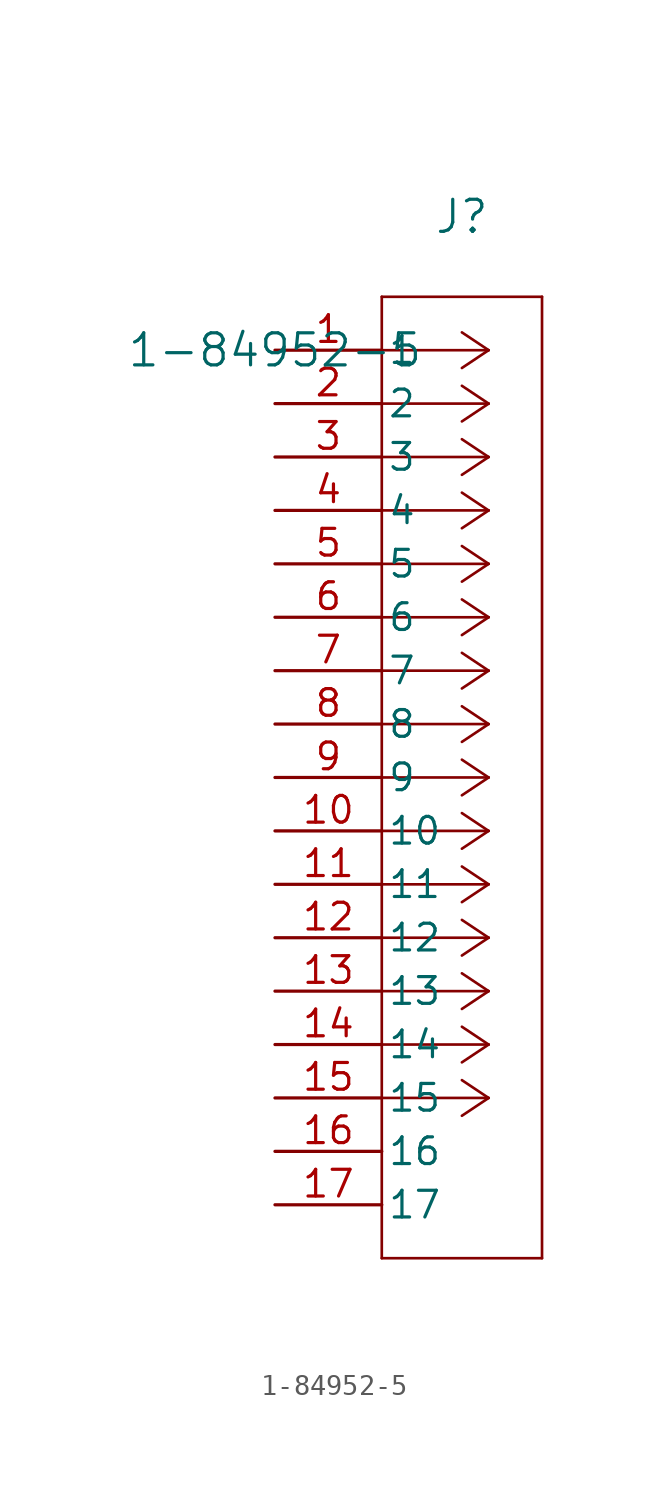
<source format=kicad_sym>
(kicad_symbol_lib
  (version 20211014)
  (generator kicad_symbol_editor)
  (symbol "1-84952-5"
    (pin_names
      (offset 0.254))
    (property "Reference" "J"
      (at 8.89 6.35 0)
      (effects (font (size 1.524 1.524))))
    (property "Value" "1-84952-5"
      (at 0 0 0)
      (effects (font (size 1.524 1.524))))
    (symbol "1-84952-5_0_1"
      (polyline (pts (xy 10.16 0) (xy 5.08 0)) (stroke (width 0.127) (type default) (color 0 0 0 0)) (fill (type none)))
      (polyline (pts (xy 10.16 -2.54) (xy 5.08 -2.54)) (stroke (width 0.127) (type default) (color 0 0 0 0)) (fill (type none)))
      (polyline (pts (xy 10.16 -5.08) (xy 5.08 -5.08)) (stroke (width 0.127) (type default) (color 0 0 0 0)) (fill (type none)))
      (polyline (pts (xy 10.16 -7.62) (xy 5.08 -7.62)) (stroke (width 0.127) (type default) (color 0 0 0 0)) (fill (type none)))
      (polyline (pts (xy 10.16 -10.16) (xy 5.08 -10.16)) (stroke (width 0.127) (type default) (color 0 0 0 0)) (fill (type none)))
      (polyline (pts (xy 10.16 -12.7) (xy 5.08 -12.7)) (stroke (width 0.127) (type default) (color 0 0 0 0)) (fill (type none)))
      (polyline (pts (xy 10.16 -15.24) (xy 5.08 -15.24)) (stroke (width 0.127) (type default) (color 0 0 0 0)) (fill (type none)))
      (polyline (pts (xy 10.16 -17.78) (xy 5.08 -17.78)) (stroke (width 0.127) (type default) (color 0 0 0 0)) (fill (type none)))
      (polyline (pts (xy 10.16 -20.32) (xy 5.08 -20.32)) (stroke (width 0.127) (type default) (color 0 0 0 0)) (fill (type none)))
      (polyline (pts (xy 10.16 -22.86) (xy 5.08 -22.86)) (stroke (width 0.127) (type default) (color 0 0 0 0)) (fill (type none)))
      (polyline (pts (xy 10.16 -25.4) (xy 5.08 -25.4)) (stroke (width 0.127) (type default) (color 0 0 0 0)) (fill (type none)))
      (polyline (pts (xy 10.16 -27.94) (xy 5.08 -27.94)) (stroke (width 0.127) (type default) (color 0 0 0 0)) (fill (type none)))
      (polyline (pts (xy 10.16 -30.48) (xy 5.08 -30.48)) (stroke (width 0.127) (type default) (color 0 0 0 0)) (fill (type none)))
      (polyline (pts (xy 10.16 -33.02) (xy 5.08 -33.02)) (stroke (width 0.127) (type default) (color 0 0 0 0)) (fill (type none)))
      (polyline (pts (xy 10.16 -35.56) (xy 5.08 -35.56)) (stroke (width 0.127) (type default) (color 0 0 0 0)) (fill (type none)))
      (polyline (pts (xy 10.16 0) (xy 8.89 0.847)) (stroke (width 0.127) (type default) (color 0 0 0 0)) (fill (type none)))
      (polyline (pts (xy 10.16 -2.54) (xy 8.89 -1.693)) (stroke (width 0.127) (type default) (color 0 0 0 0)) (fill (type none)))
      (polyline (pts (xy 10.16 -5.08) (xy 8.89 -4.233)) (stroke (width 0.127) (type default) (color 0 0 0 0)) (fill (type none)))
      (polyline (pts (xy 10.16 -7.62) (xy 8.89 -6.773)) (stroke (width 0.127) (type default) (color 0 0 0 0)) (fill (type none)))
      (polyline (pts (xy 10.16 -10.16) (xy 8.89 -9.313)) (stroke (width 0.127) (type default) (color 0 0 0 0)) (fill (type none)))
      (polyline (pts (xy 10.16 -12.7) (xy 8.89 -11.853)) (stroke (width 0.127) (type default) (color 0 0 0 0)) (fill (type none)))
      (polyline (pts (xy 10.16 -15.24) (xy 8.89 -14.393)) (stroke (width 0.127) (type default) (color 0 0 0 0)) (fill (type none)))
      (polyline (pts (xy 10.16 -17.78) (xy 8.89 -16.933)) (stroke (width 0.127) (type default) (color 0 0 0 0)) (fill (type none)))
      (polyline (pts (xy 10.16 -20.32) (xy 8.89 -19.473)) (stroke (width 0.127) (type default) (color 0 0 0 0)) (fill (type none)))
      (polyline (pts (xy 10.16 -22.86) (xy 8.89 -22.013)) (stroke (width 0.127) (type default) (color 0 0 0 0)) (fill (type none)))
      (polyline (pts (xy 10.16 -25.4) (xy 8.89 -24.553)) (stroke (width 0.127) (type default) (color 0 0 0 0)) (fill (type none)))
      (polyline (pts (xy 10.16 -27.94) (xy 8.89 -27.093)) (stroke (width 0.127) (type default) (color 0 0 0 0)) (fill (type none)))
      (polyline (pts (xy 10.16 -30.48) (xy 8.89 -29.633)) (stroke (width 0.127) (type default) (color 0 0 0 0)) (fill (type none)))
      (polyline (pts (xy 10.16 -33.02) (xy 8.89 -32.173)) (stroke (width 0.127) (type default) (color 0 0 0 0)) (fill (type none)))
      (polyline (pts (xy 10.16 -35.56) (xy 8.89 -34.713)) (stroke (width 0.127) (type default) (color 0 0 0 0)) (fill (type none)))
      (polyline (pts (xy 10.16 0) (xy 8.89 -0.847)) (stroke (width 0.127) (type default) (color 0 0 0 0)) (fill (type none)))
      (polyline (pts (xy 10.16 -2.54) (xy 8.89 -3.387)) (stroke (width 0.127) (type default) (color 0 0 0 0)) (fill (type none)))
      (polyline (pts (xy 10.16 -5.08) (xy 8.89 -5.927)) (stroke (width 0.127) (type default) (color 0 0 0 0)) (fill (type none)))
      (polyline (pts (xy 10.16 -7.62) (xy 8.89 -8.467)) (stroke (width 0.127) (type default) (color 0 0 0 0)) (fill (type none)))
      (polyline (pts (xy 10.16 -10.16) (xy 8.89 -11.007)) (stroke (width 0.127) (type default) (color 0 0 0 0)) (fill (type none)))
      (polyline (pts (xy 10.16 -12.7) (xy 8.89 -13.547)) (stroke (width 0.127) (type default) (color 0 0 0 0)) (fill (type none)))
      (polyline (pts (xy 10.16 -15.24) (xy 8.89 -16.087)) (stroke (width 0.127) (type default) (color 0 0 0 0)) (fill (type none)))
      (polyline (pts (xy 10.16 -17.78) (xy 8.89 -18.627)) (stroke (width 0.127) (type default) (color 0 0 0 0)) (fill (type none)))
      (polyline (pts (xy 10.16 -20.32) (xy 8.89 -21.167)) (stroke (width 0.127) (type default) (color 0 0 0 0)) (fill (type none)))
      (polyline (pts (xy 10.16 -22.86) (xy 8.89 -23.707)) (stroke (width 0.127) (type default) (color 0 0 0 0)) (fill (type none)))
      (polyline (pts (xy 10.16 -25.4) (xy 8.89 -26.247)) (stroke (width 0.127) (type default) (color 0 0 0 0)) (fill (type none)))
      (polyline (pts (xy 10.16 -27.94) (xy 8.89 -28.787)) (stroke (width 0.127) (type default) (color 0 0 0 0)) (fill (type none)))
      (polyline (pts (xy 10.16 -30.48) (xy 8.89 -31.327)) (stroke (width 0.127) (type default) (color 0 0 0 0)) (fill (type none)))
      (polyline (pts (xy 10.16 -33.02) (xy 8.89 -33.867)) (stroke (width 0.127) (type default) (color 0 0 0 0)) (fill (type none)))
      (polyline (pts (xy 10.16 -35.56) (xy 8.89 -36.407)) (stroke (width 0.127) (type default) (color 0 0 0 0)) (fill (type none)))
      (polyline (pts (xy 5.08 2.54) (xy 5.08 -43.18)) (stroke (width 0.127) (type default) (color 0 0 0 0)) (fill (type none)))
      (polyline (pts (xy 5.08 -43.18) (xy 12.7 -43.18)) (stroke (width 0.127) (type default) (color 0 0 0 0)) (fill (type none)))
      (polyline (pts (xy 12.7 -43.18) (xy 12.7 2.54)) (stroke (width 0.127) (type default) (color 0 0 0 0)) (fill (type none)))
      (polyline (pts (xy 12.7 2.54) (xy 5.08 2.54)) (stroke (width 0.127) (type default) (color 0 0 0 0)) (fill (type none)))
      (pin unspecified line (at 0 0 0) (length 5.08) (name "1" (effects (font (size 1.27 1.27)))) (number "1" (effects (font (size 1.27 1.27)))))
      (pin unspecified line (at 0 -2.54 0) (length 5.08) (name "2" (effects (font (size 1.27 1.27)))) (number "2" (effects (font (size 1.27 1.27)))))
      (pin unspecified line (at 0 -5.08 0) (length 5.08) (name "3" (effects (font (size 1.27 1.27)))) (number "3" (effects (font (size 1.27 1.27)))))
      (pin unspecified line (at 0 -7.62 0) (length 5.08) (name "4" (effects (font (size 1.27 1.27)))) (number "4" (effects (font (size 1.27 1.27)))))
      (pin unspecified line (at 0 -10.16 0) (length 5.08) (name "5" (effects (font (size 1.27 1.27)))) (number "5" (effects (font (size 1.27 1.27)))))
      (pin unspecified line (at 0 -12.7 0) (length 5.08) (name "6" (effects (font (size 1.27 1.27)))) (number "6" (effects (font (size 1.27 1.27)))))
      (pin unspecified line (at 0 -15.24 0) (length 5.08) (name "7" (effects (font (size 1.27 1.27)))) (number "7" (effects (font (size 1.27 1.27)))))
      (pin unspecified line (at 0 -17.78 0) (length 5.08) (name "8" (effects (font (size 1.27 1.27)))) (number "8" (effects (font (size 1.27 1.27)))))
      (pin unspecified line (at 0 -20.32 0) (length 5.08) (name "9" (effects (font (size 1.27 1.27)))) (number "9" (effects (font (size 1.27 1.27)))))
      (pin unspecified line (at 0 -22.86 0) (length 5.08) (name "10" (effects (font (size 1.27 1.27)))) (number "10" (effects (font (size 1.27 1.27)))))
      (pin unspecified line (at 0 -25.4 0) (length 5.08) (name "11" (effects (font (size 1.27 1.27)))) (number "11" (effects (font (size 1.27 1.27)))))
      (pin unspecified line (at 0 -27.94 0) (length 5.08) (name "12" (effects (font (size 1.27 1.27)))) (number "12" (effects (font (size 1.27 1.27)))))
      (pin unspecified line (at 0 -30.48 0) (length 5.08) (name "13" (effects (font (size 1.27 1.27)))) (number "13" (effects (font (size 1.27 1.27)))))
      (pin unspecified line (at 0 -33.02 0) (length 5.08) (name "14" (effects (font (size 1.27 1.27)))) (number "14" (effects (font (size 1.27 1.27)))))
      (pin unspecified line (at 0 -35.56 0) (length 5.08) (name "15" (effects (font (size 1.27 1.27)))) (number "15" (effects (font (size 1.27 1.27)))))
      (pin unspecified line (at 0 -38.1 0) (length 5.08) (name "16" (effects (font (size 1.27 1.27)))) (number "16" (effects (font (size 1.27 1.27)))))
      (pin unspecified line (at 0 -40.64 0) (length 5.08) (name "17" (effects (font (size 1.27 1.27)))) (number "17" (effects (font (size 1.27 1.27))))))))
</source>
